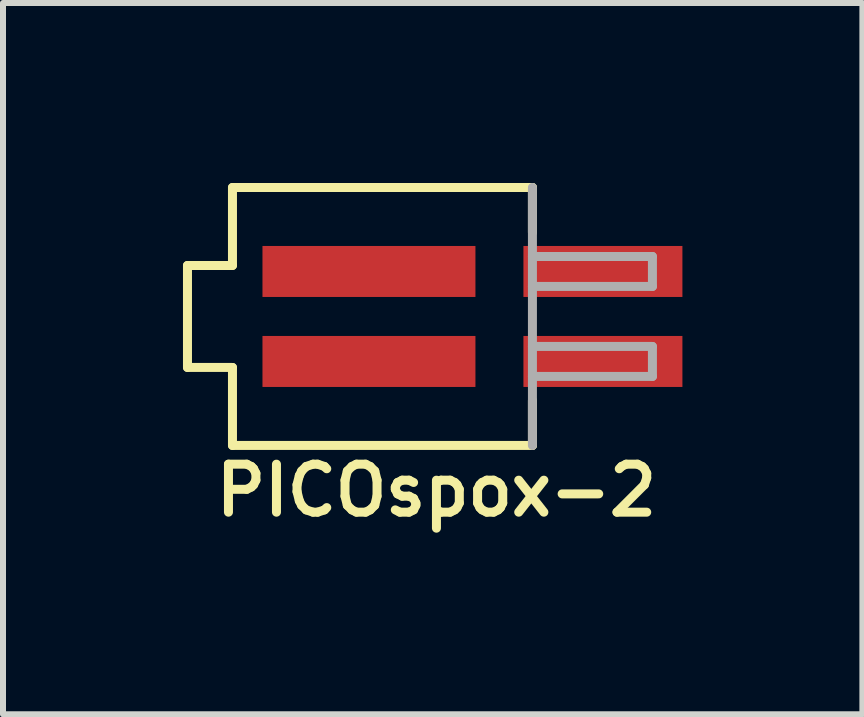
<source format=kicad_pcb>
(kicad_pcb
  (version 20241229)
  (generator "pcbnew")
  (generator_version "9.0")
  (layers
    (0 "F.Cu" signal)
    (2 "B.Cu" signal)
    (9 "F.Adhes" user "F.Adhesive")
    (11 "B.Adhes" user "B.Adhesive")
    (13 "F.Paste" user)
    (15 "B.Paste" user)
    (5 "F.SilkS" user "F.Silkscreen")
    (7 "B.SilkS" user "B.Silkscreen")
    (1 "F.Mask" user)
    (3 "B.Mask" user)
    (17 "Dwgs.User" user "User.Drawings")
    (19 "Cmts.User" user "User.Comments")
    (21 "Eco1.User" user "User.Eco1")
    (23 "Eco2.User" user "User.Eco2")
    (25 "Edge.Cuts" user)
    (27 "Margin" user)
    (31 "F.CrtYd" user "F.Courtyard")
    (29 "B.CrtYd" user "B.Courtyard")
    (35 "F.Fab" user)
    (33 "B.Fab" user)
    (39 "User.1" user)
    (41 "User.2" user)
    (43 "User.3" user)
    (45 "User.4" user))
  (footprint "PICOspox-2"
    (layer "F.Cu")
    (at 4.825 2.225)
    (property "Reference" "PICOspox-2" (at -0.6 2.9 0) (layer "F.SilkS") (effects (font (size 0.8 0.8) (thickness 0.15))))
    (attr through_hole)
    (fp_line (start -4.75 -0.85) (end -4 -0.85) (stroke (width 0.15) (type solid)) (layer "F.SilkS"))
    (fp_line (start -4.75 0.85) (end -4.75 -0.85) (stroke (width 0.15) (type solid)) (layer "F.SilkS"))
    (fp_line (start -4.75 0.85) (end -4 0.85) (stroke (width 0.15) (type solid)) (layer "F.SilkS"))
    (fp_line (start -4 -2.15) (end 1 -2.15) (stroke (width 0.15) (type solid)) (layer "F.SilkS"))
    (fp_line (start -4 -0.85) (end -4 -2.15) (stroke (width 0.15) (type solid)) (layer "F.SilkS"))
    (fp_line (start -4 0.85) (end -4 2.15) (stroke (width 0.15) (type solid)) (layer "F.SilkS"))
    (fp_line (start 1 -2.15) (end 1 -1.4) (stroke (width 0.15) (type solid)) (layer "F.SilkS"))
    (fp_line (start 1 2.15) (end -4 2.15) (stroke (width 0.15) (type solid)) (layer "F.SilkS"))
    (fp_line (start 1 2.15) (end 1 1.4) (stroke (width 0.15) (type solid)) (layer "F.SilkS"))
    (fp_line (start 1 -2.15) (end 1 2.15) (stroke (width 0.15) (type solid)) (layer "F.Fab"))
    (fp_line (start 1 -1) (end 3 -1) (stroke (width 0.15) (type solid)) (layer "F.Fab"))
    (fp_line (start 1 0.5) (end 3 0.5) (stroke (width 0.15) (type solid)) (layer "F.Fab"))
    (fp_line (start 3 -1) (end 3 -0.5) (stroke (width 0.15) (type solid)) (layer "F.Fab"))
    (fp_line (start 3 -0.5) (end 1 -0.5) (stroke (width 0.15) (type solid)) (layer "F.Fab"))
    (fp_line (start 3 0.5) (end 3 1) (stroke (width 0.15) (type solid)) (layer "F.Fab"))
    (fp_line (start 3 1) (end 1 1) (stroke (width 0.15) (type solid)) (layer "F.Fab"))
    (pad "1" smd rect (at -1.725 -0.75) (size 3.55 0.85) (layers "F.Cu" "F.Mask" "F.Paste"))
    (pad "1" smd rect (at 2.175 -0.75) (size 2.65 0.85) (layers "F.Cu" "F.Mask" "F.Paste"))
    (pad "2" smd rect (at -1.725 0.75) (size 3.55 0.85) (layers "F.Cu" "F.Mask" "F.Paste"))
    (pad "2" smd rect (at 2.175 0.75) (size 2.65 0.85) (layers "F.Cu" "F.Mask" "F.Paste")))
  (gr_rect
    (start -3 -3)
    (end 11.325 8.856)
    (stroke (width 0.1) (type default))
    (fill no)
    (layer "Edge.Cuts")))
</source>
